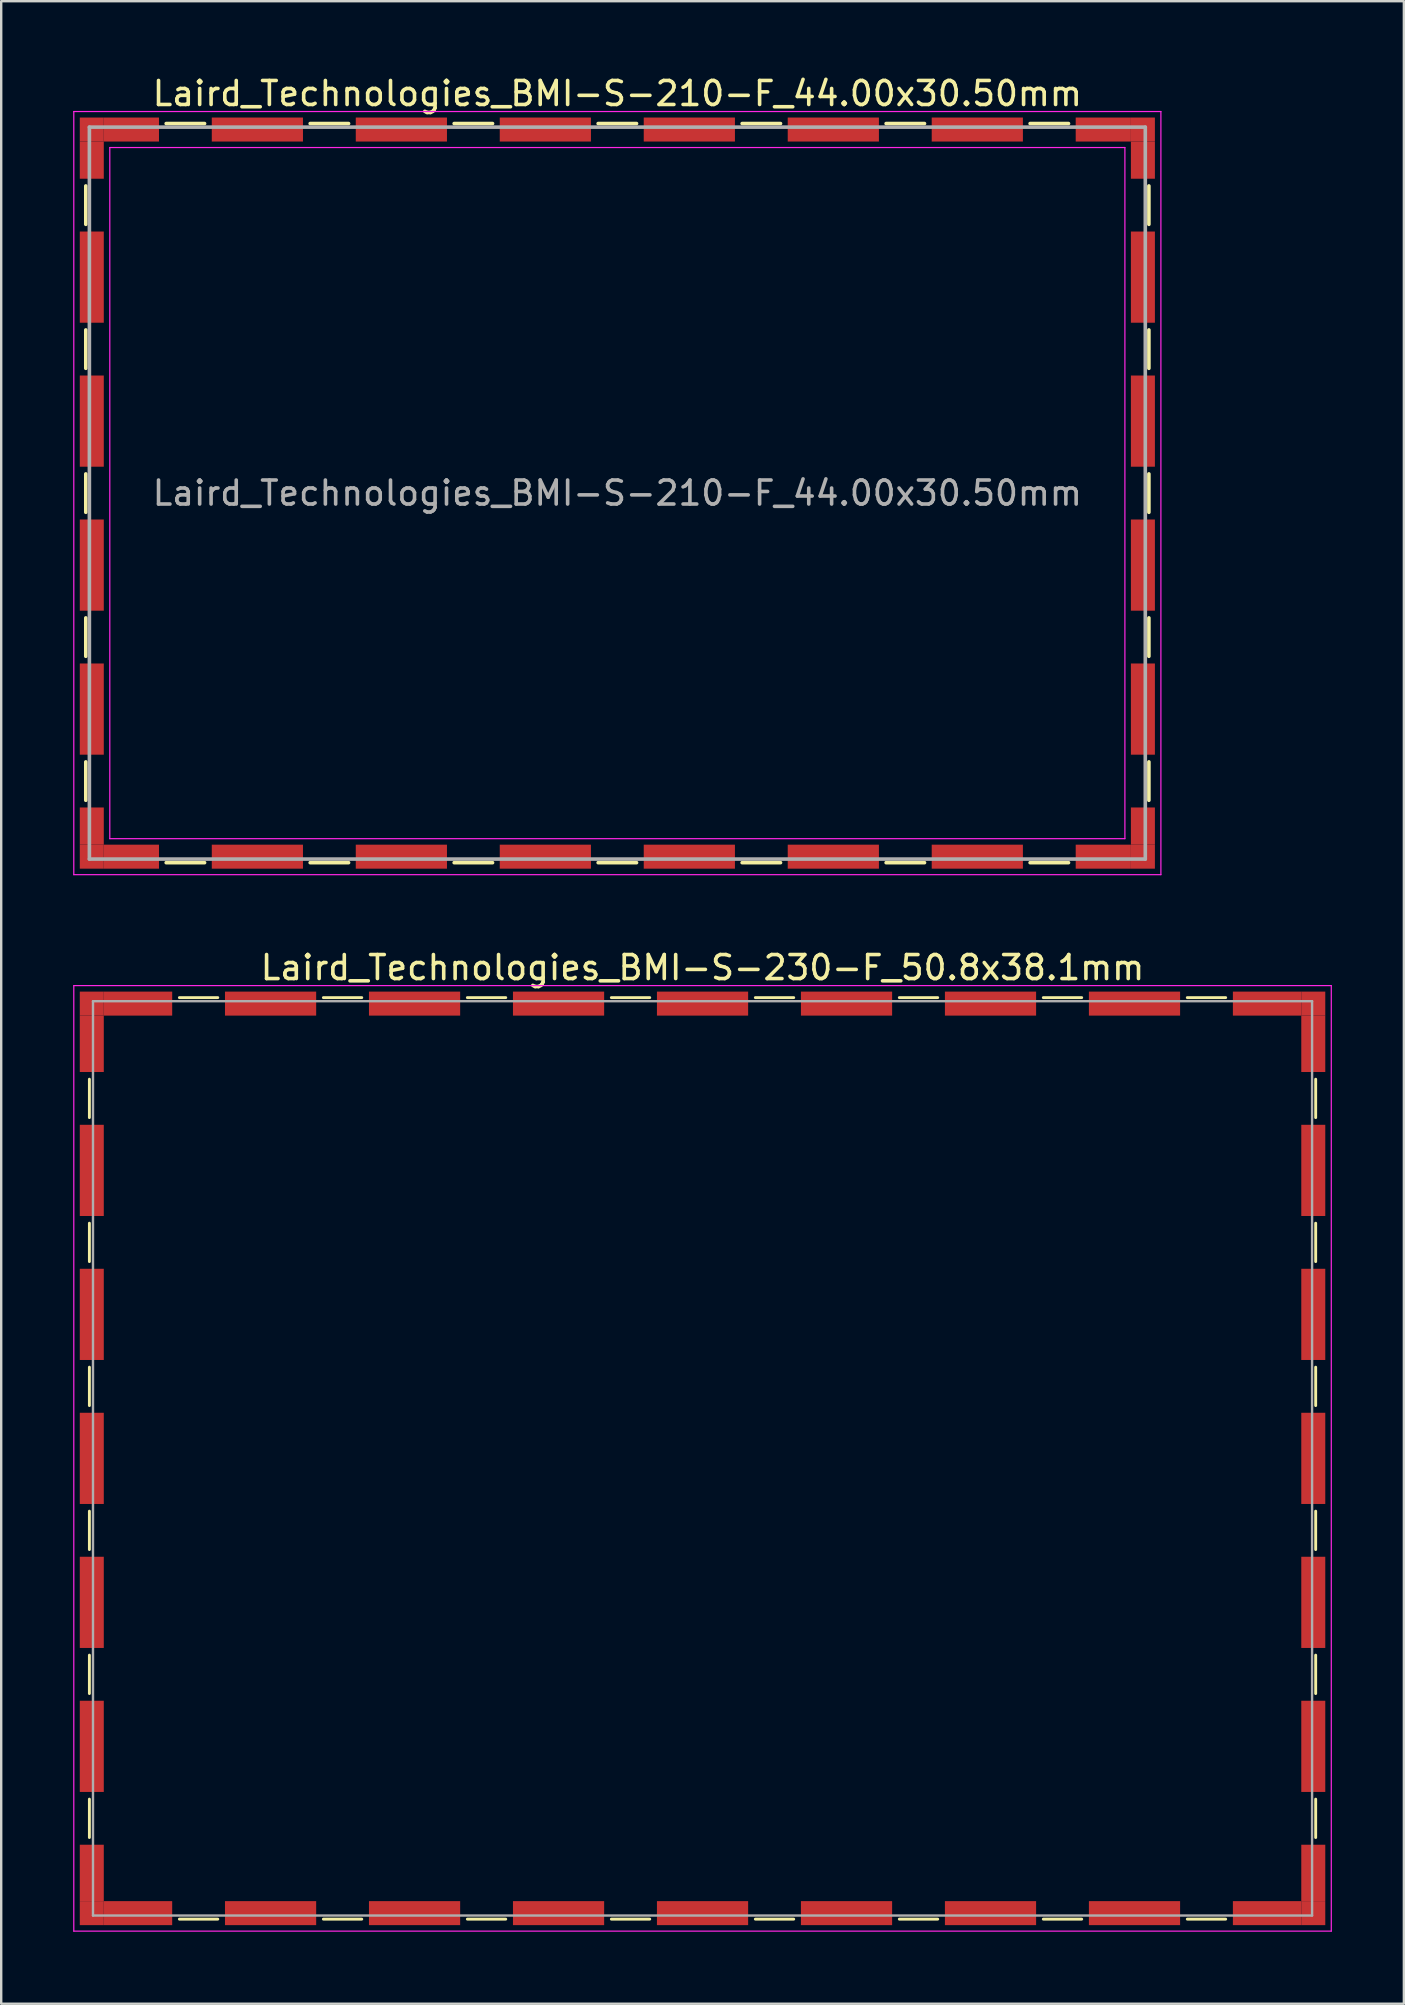
<source format=kicad_pcb>
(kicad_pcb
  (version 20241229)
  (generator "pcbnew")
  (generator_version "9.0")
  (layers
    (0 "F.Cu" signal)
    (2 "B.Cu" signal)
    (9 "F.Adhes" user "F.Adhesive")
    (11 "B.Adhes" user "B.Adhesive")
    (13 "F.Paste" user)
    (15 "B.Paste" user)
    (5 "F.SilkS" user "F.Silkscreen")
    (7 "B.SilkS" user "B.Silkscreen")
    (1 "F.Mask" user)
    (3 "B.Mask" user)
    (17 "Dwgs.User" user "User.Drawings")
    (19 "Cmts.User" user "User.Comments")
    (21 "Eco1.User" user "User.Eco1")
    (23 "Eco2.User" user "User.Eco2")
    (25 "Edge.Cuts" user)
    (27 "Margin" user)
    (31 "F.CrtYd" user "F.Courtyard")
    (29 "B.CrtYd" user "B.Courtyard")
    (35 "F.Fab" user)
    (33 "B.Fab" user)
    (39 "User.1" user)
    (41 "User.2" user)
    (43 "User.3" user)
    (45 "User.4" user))
  (footprint "Laird_Technologies_BMI-S-210-F_44.00x30.50mm"
    (layer "F.Cu")
    (at 22.675 17.498)
    (property "Reference" "Laird_Technologies_BMI-S-210-F_44.00x30.50mm" (at 0 -16.65 0) (layer "F.SilkS") (effects (font (size 1 1) (thickness 0.15))))
    (attr smd)
    (fp_line (start -22.15 -12.8) (end -22.15 -11.2) (stroke (width 0.15) (type solid)) (layer "F.SilkS"))
    (fp_line (start -22.15 -6.8) (end -22.15 -5.2) (stroke (width 0.15) (type solid)) (layer "F.SilkS"))
    (fp_line (start -22.15 -0.8) (end -22.15 0.8) (stroke (width 0.15) (type solid)) (layer "F.SilkS"))
    (fp_line (start -22.15 5.2) (end -22.15 6.8) (stroke (width 0.15) (type solid)) (layer "F.SilkS"))
    (fp_line (start -22.15 11.2) (end -22.15 12.8) (stroke (width 0.15) (type solid)) (layer "F.SilkS"))
    (fp_line (start -18.8 -15.4) (end -17.2 -15.4) (stroke (width 0.15) (type solid)) (layer "F.SilkS"))
    (fp_line (start -18.8 15.4) (end -17.2 15.4) (stroke (width 0.15) (type solid)) (layer "F.SilkS"))
    (fp_line (start -12.8 -15.4) (end -11.2 -15.4) (stroke (width 0.15) (type solid)) (layer "F.SilkS"))
    (fp_line (start -12.8 15.4) (end -11.2 15.4) (stroke (width 0.15) (type solid)) (layer "F.SilkS"))
    (fp_line (start -6.8 -15.4) (end -5.2 -15.4) (stroke (width 0.15) (type solid)) (layer "F.SilkS"))
    (fp_line (start -6.8 15.4) (end -5.2 15.4) (stroke (width 0.15) (type solid)) (layer "F.SilkS"))
    (fp_line (start -0.8 -15.4) (end 0.8 -15.4) (stroke (width 0.15) (type solid)) (layer "F.SilkS"))
    (fp_line (start -0.8 15.4) (end 0.8 15.4) (stroke (width 0.15) (type solid)) (layer "F.SilkS"))
    (fp_line (start 5.2 -15.4) (end 6.8 -15.4) (stroke (width 0.15) (type solid)) (layer "F.SilkS"))
    (fp_line (start 5.2 15.4) (end 6.8 15.4) (stroke (width 0.15) (type solid)) (layer "F.SilkS"))
    (fp_line (start 11.2 -15.4) (end 12.8 -15.4) (stroke (width 0.15) (type solid)) (layer "F.SilkS"))
    (fp_line (start 11.2 15.4) (end 12.8 15.4) (stroke (width 0.15) (type solid)) (layer "F.SilkS"))
    (fp_line (start 17.2 -15.4) (end 18.8 -15.4) (stroke (width 0.15) (type solid)) (layer "F.SilkS"))
    (fp_line (start 17.2 15.4) (end 18.8 15.4) (stroke (width 0.15) (type solid)) (layer "F.SilkS"))
    (fp_line (start 22.15 -12.8) (end 22.15 -11.2) (stroke (width 0.15) (type solid)) (layer "F.SilkS"))
    (fp_line (start 22.15 -6.8) (end 22.15 -5.2) (stroke (width 0.15) (type solid)) (layer "F.SilkS"))
    (fp_line (start 22.15 -0.8) (end 22.15 0.8) (stroke (width 0.15) (type solid)) (layer "F.SilkS"))
    (fp_line (start 22.15 5.2) (end 22.15 6.8) (stroke (width 0.15) (type solid)) (layer "F.SilkS"))
    (fp_line (start 22.15 11.2) (end 22.15 12.8) (stroke (width 0.15) (type solid)) (layer "F.SilkS"))
    (fp_line (start -22.65 -15.9) (end -22.65 15.9) (stroke (width 0.05) (type solid)) (layer "F.CrtYd"))
    (fp_line (start -22.65 15.9) (end 22.65 15.9) (stroke (width 0.05) (type solid)) (layer "F.CrtYd"))
    (fp_line (start -21.15 -14.4) (end -21.15 14.4) (stroke (width 0.05) (type solid)) (layer "F.CrtYd"))
    (fp_line (start 21.15 -14.4) (end -21.15 -14.4) (stroke (width 0.05) (type solid)) (layer "F.CrtYd"))
    (fp_line (start 21.15 -14.4) (end 21.15 14.4) (stroke (width 0.05) (type solid)) (layer "F.CrtYd"))
    (fp_line (start 21.15 14.4) (end -21.15 14.4) (stroke (width 0.05) (type solid)) (layer "F.CrtYd"))
    (fp_line (start 22.65 -15.9) (end -22.65 -15.9) (stroke (width 0.05) (type solid)) (layer "F.CrtYd"))
    (fp_line (start 22.65 15.9) (end 22.65 -15.9) (stroke (width 0.05) (type solid)) (layer "F.CrtYd"))
    (fp_line (start -22 -15.25) (end -22 15.25) (stroke (width 0.15) (type solid)) (layer "F.Fab"))
    (fp_line (start -22 15.25) (end 22 15.25) (stroke (width 0.15) (type solid)) (layer "F.Fab"))
    (fp_line (start 22 -15.25) (end -22 -15.25) (stroke (width 0.15) (type solid)) (layer "F.Fab"))
    (fp_line (start 22 15.25) (end 22 -15.25) (stroke (width 0.15) (type solid)) (layer "F.Fab"))
    (fp_text user "${REFERENCE}" (at 0 0 0) (layer "F.Fab") (effects (font (size 1 1) (thickness 0.15))))
    (pad "1" smd rect (at -21.9 -15.15) (size 1 1) (layers "F.Cu" "F.Mask"))
    (pad "1" smd rect (at -21.9 -13.875) (size 1 1.55) (layers "F.Cu" "F.Mask"))
    (pad "1" smd rect (at -21.9 -9) (size 1 3.8) (layers "F.Cu" "F.Mask"))
    (pad "1" smd rect (at -21.9 -3) (size 1 3.8) (layers "F.Cu" "F.Mask"))
    (pad "1" smd rect (at -21.9 3) (size 1 3.8) (layers "F.Cu" "F.Mask"))
    (pad "1" smd rect (at -21.9 9) (size 1 3.8) (layers "F.Cu" "F.Mask"))
    (pad "1" smd rect (at -21.9 13.875) (size 1 1.55) (layers "F.Cu" "F.Mask"))
    (pad "1" smd rect (at -21.9 15.15) (size 1 1) (layers "F.Cu" "F.Mask"))
    (pad "1" smd rect (at -20.25 -15.15) (size 2.3 1) (layers "F.Cu" "F.Mask"))
    (pad "1" smd rect (at -20.25 15.15) (size 2.3 1) (layers "F.Cu" "F.Mask"))
    (pad "1" smd rect (at -15 -15.15) (size 3.8 1) (layers "F.Cu" "F.Mask"))
    (pad "1" smd rect (at -15 15.15) (size 3.8 1) (layers "F.Cu" "F.Mask"))
    (pad "1" smd rect (at -9 -15.15) (size 3.8 1) (layers "F.Cu" "F.Mask"))
    (pad "1" smd rect (at -9 15.15) (size 3.8 1) (layers "F.Cu" "F.Mask"))
    (pad "1" smd rect (at -3 -15.15) (size 3.8 1) (layers "F.Cu" "F.Mask"))
    (pad "1" smd rect (at -3 15.15) (size 3.8 1) (layers "F.Cu" "F.Mask"))
    (pad "1" smd rect (at 3 -15.15) (size 3.8 1) (layers "F.Cu" "F.Mask"))
    (pad "1" smd rect (at 3 15.15) (size 3.8 1) (layers "F.Cu" "F.Mask"))
    (pad "1" smd rect (at 9 -15.15) (size 3.8 1) (layers "F.Cu" "F.Mask"))
    (pad "1" smd rect (at 9 15.15) (size 3.8 1) (layers "F.Cu" "F.Mask"))
    (pad "1" smd rect (at 15 -15.15) (size 3.8 1) (layers "F.Cu" "F.Mask"))
    (pad "1" smd rect (at 15 15.15) (size 3.8 1) (layers "F.Cu" "F.Mask"))
    (pad "1" smd rect (at 20.25 -15.15) (size 2.3 1) (layers "F.Cu" "F.Mask"))
    (pad "1" smd rect (at 20.25 15.15) (size 2.3 1) (layers "F.Cu" "F.Mask"))
    (pad "1" smd rect (at 21.9 -15.15) (size 1 1) (layers "F.Cu" "F.Mask"))
    (pad "1" smd rect (at 21.9 -13.875) (size 1 1.55) (layers "F.Cu" "F.Mask"))
    (pad "1" smd rect (at 21.9 -9) (size 1 3.8) (layers "F.Cu" "F.Mask"))
    (pad "1" smd rect (at 21.9 -3) (size 1 3.8) (layers "F.Cu" "F.Mask"))
    (pad "1" smd rect (at 21.9 3) (size 1 3.8) (layers "F.Cu" "F.Mask"))
    (pad "1" smd rect (at 21.9 9) (size 1 3.8) (layers "F.Cu" "F.Mask"))
    (pad "1" smd rect (at 21.9 13.875) (size 1 1.55) (layers "F.Cu" "F.Mask"))
    (pad "1" smd rect (at 21.9 15.15) (size 1 1) (layers "F.Cu" "F.Mask")))
  (footprint "Laird_Technologies_BMI-S-230-F_50.8x38.1mm"
    (layer "F.Cu")
    (at 26.225 57.721)
    (property "Reference" "Laird_Technologies_BMI-S-230-F_50.8x38.1mm" (at 0 -20.45 0) (layer "F.SilkS") (effects (font (size 1 1) (thickness 0.15))))
    (attr smd)
    (fp_line (start -25.55 -15.8) (end -25.55 -14.2) (stroke (width 0.12) (type solid)) (layer "F.SilkS"))
    (fp_line (start -25.55 -9.8) (end -25.55 -8.2) (stroke (width 0.12) (type solid)) (layer "F.SilkS"))
    (fp_line (start -25.55 -3.8) (end -25.55 -2.2) (stroke (width 0.12) (type solid)) (layer "F.SilkS"))
    (fp_line (start -25.55 2.2) (end -25.55 3.8) (stroke (width 0.12) (type solid)) (layer "F.SilkS"))
    (fp_line (start -25.55 8.2) (end -25.55 9.8) (stroke (width 0.12) (type solid)) (layer "F.SilkS"))
    (fp_line (start -25.55 14.2) (end -25.55 15.8) (stroke (width 0.12) (type solid)) (layer "F.SilkS"))
    (fp_line (start -21.8 -19.2) (end -20.2 -19.2) (stroke (width 0.12) (type solid)) (layer "F.SilkS"))
    (fp_line (start -21.8 19.2) (end -20.2 19.2) (stroke (width 0.12) (type solid)) (layer "F.SilkS"))
    (fp_line (start -15.8 -19.2) (end -14.2 -19.2) (stroke (width 0.12) (type solid)) (layer "F.SilkS"))
    (fp_line (start -15.8 19.2) (end -14.2 19.2) (stroke (width 0.12) (type solid)) (layer "F.SilkS"))
    (fp_line (start -9.8 -19.2) (end -8.2 -19.2) (stroke (width 0.12) (type solid)) (layer "F.SilkS"))
    (fp_line (start -9.8 19.2) (end -8.2 19.2) (stroke (width 0.12) (type solid)) (layer "F.SilkS"))
    (fp_line (start -3.8 -19.2) (end -2.2 -19.2) (stroke (width 0.12) (type solid)) (layer "F.SilkS"))
    (fp_line (start -3.8 19.2) (end -2.2 19.2) (stroke (width 0.12) (type solid)) (layer "F.SilkS"))
    (fp_line (start 2.2 -19.2) (end 3.8 -19.2) (stroke (width 0.12) (type solid)) (layer "F.SilkS"))
    (fp_line (start 2.2 19.2) (end 3.8 19.2) (stroke (width 0.12) (type solid)) (layer "F.SilkS"))
    (fp_line (start 8.2 -19.2) (end 9.8 -19.2) (stroke (width 0.12) (type solid)) (layer "F.SilkS"))
    (fp_line (start 8.2 19.2) (end 9.8 19.2) (stroke (width 0.12) (type solid)) (layer "F.SilkS"))
    (fp_line (start 14.2 -19.2) (end 15.8 -19.2) (stroke (width 0.12) (type solid)) (layer "F.SilkS"))
    (fp_line (start 14.2 19.2) (end 15.8 19.2) (stroke (width 0.12) (type solid)) (layer "F.SilkS"))
    (fp_line (start 20.2 -19.2) (end 21.8 -19.2) (stroke (width 0.12) (type solid)) (layer "F.SilkS"))
    (fp_line (start 20.2 19.2) (end 21.8 19.2) (stroke (width 0.12) (type solid)) (layer "F.SilkS"))
    (fp_line (start 25.55 -15.8) (end 25.55 -14.2) (stroke (width 0.12) (type solid)) (layer "F.SilkS"))
    (fp_line (start 25.55 -9.8) (end 25.55 -8.2) (stroke (width 0.12) (type solid)) (layer "F.SilkS"))
    (fp_line (start 25.55 -3.8) (end 25.55 -2.2) (stroke (width 0.12) (type solid)) (layer "F.SilkS"))
    (fp_line (start 25.55 2.2) (end 25.55 3.8) (stroke (width 0.12) (type solid)) (layer "F.SilkS"))
    (fp_line (start 25.55 8.2) (end 25.55 9.8) (stroke (width 0.12) (type solid)) (layer "F.SilkS"))
    (fp_line (start 25.55 14.2) (end 25.55 15.8) (stroke (width 0.12) (type solid)) (layer "F.SilkS"))
    (fp_line (start -26.2 -19.7) (end -26.2 19.7) (stroke (width 0.05) (type solid)) (layer "F.CrtYd"))
    (fp_line (start -26.2 19.7) (end 26.2 19.7) (stroke (width 0.05) (type solid)) (layer "F.CrtYd"))
    (fp_line (start 26.2 -19.7) (end -26.2 -19.7) (stroke (width 0.05) (type solid)) (layer "F.CrtYd"))
    (fp_line (start 26.2 19.7) (end 26.2 -19.7) (stroke (width 0.05) (type solid)) (layer "F.CrtYd"))
    (fp_line (start -25.4 -19.05) (end -25.4 19.05) (stroke (width 0.1) (type solid)) (layer "F.Fab"))
    (fp_line (start -25.4 19.05) (end 25.4 19.05) (stroke (width 0.1) (type solid)) (layer "F.Fab"))
    (fp_line (start 25.4 -19.05) (end -25.4 -19.05) (stroke (width 0.1) (type solid)) (layer "F.Fab"))
    (fp_line (start 25.4 19.05) (end 25.4 -19.05) (stroke (width 0.1) (type solid)) (layer "F.Fab"))
    (pad "1" smd rect (at -25.45 -18.95) (size 1 1) (layers "F.Cu" "F.Mask" "F.Paste"))
    (pad "1" smd rect (at -25.45 -17.275) (size 1 2.35) (layers "F.Cu" "F.Mask" "F.Paste"))
    (pad "1" smd rect (at -25.45 -12) (size 1 3.8) (layers "F.Cu" "F.Mask" "F.Paste"))
    (pad "1" smd rect (at -25.45 -6) (size 1 3.8) (layers "F.Cu" "F.Mask" "F.Paste"))
    (pad "1" smd rect (at -25.45 0) (size 1 3.8) (layers "F.Cu" "F.Mask" "F.Paste"))
    (pad "1" smd rect (at -25.45 6) (size 1 3.8) (layers "F.Cu" "F.Mask" "F.Paste"))
    (pad "1" smd rect (at -25.45 12) (size 1 3.8) (layers "F.Cu" "F.Mask" "F.Paste"))
    (pad "1" smd rect (at -25.45 17.275) (size 1 2.35) (layers "F.Cu" "F.Mask" "F.Paste"))
    (pad "1" smd rect (at -25.45 18.95) (size 1 1) (layers "F.Cu" "F.Mask" "F.Paste"))
    (pad "1" smd rect (at -23.525 -18.95) (size 2.85 1) (layers "F.Cu" "F.Mask" "F.Paste"))
    (pad "1" smd rect (at -23.525 18.95) (size 2.85 1) (layers "F.Cu" "F.Mask" "F.Paste"))
    (pad "1" smd rect (at -18 -18.95) (size 3.8 1) (layers "F.Cu" "F.Mask" "F.Paste"))
    (pad "1" smd rect (at -18 18.95) (size 3.8 1) (layers "F.Cu" "F.Mask" "F.Paste"))
    (pad "1" smd rect (at -12 -18.95) (size 3.8 1) (layers "F.Cu" "F.Mask" "F.Paste"))
    (pad "1" smd rect (at -12 18.95) (size 3.8 1) (layers "F.Cu" "F.Mask" "F.Paste"))
    (pad "1" smd rect (at -6 -18.95) (size 3.8 1) (layers "F.Cu" "F.Mask" "F.Paste"))
    (pad "1" smd rect (at -6 18.95) (size 3.8 1) (layers "F.Cu" "F.Mask" "F.Paste"))
    (pad "1" smd rect (at 0 -18.95) (size 3.8 1) (layers "F.Cu" "F.Mask" "F.Paste"))
    (pad "1" smd rect (at 0 18.95) (size 3.8 1) (layers "F.Cu" "F.Mask" "F.Paste"))
    (pad "1" smd rect (at 6 -18.95) (size 3.8 1) (layers "F.Cu" "F.Mask" "F.Paste"))
    (pad "1" smd rect (at 6 18.95) (size 3.8 1) (layers "F.Cu" "F.Mask" "F.Paste"))
    (pad "1" smd rect (at 12 -18.95) (size 3.8 1) (layers "F.Cu" "F.Mask" "F.Paste"))
    (pad "1" smd rect (at 12 18.95) (size 3.8 1) (layers "F.Cu" "F.Mask" "F.Paste"))
    (pad "1" smd rect (at 18 -18.95) (size 3.8 1) (layers "F.Cu" "F.Mask" "F.Paste"))
    (pad "1" smd rect (at 18 18.95) (size 3.8 1) (layers "F.Cu" "F.Mask" "F.Paste"))
    (pad "1" smd rect (at 23.525 -18.95) (size 2.85 1) (layers "F.Cu" "F.Mask" "F.Paste"))
    (pad "1" smd rect (at 23.525 18.95) (size 2.85 1) (layers "F.Cu" "F.Mask" "F.Paste"))
    (pad "1" smd rect (at 25.45 -18.95) (size 1 1) (layers "F.Cu" "F.Mask" "F.Paste"))
    (pad "1" smd rect (at 25.45 -17.275) (size 1 2.35) (layers "F.Cu" "F.Mask" "F.Paste"))
    (pad "1" smd rect (at 25.45 -12) (size 1 3.8) (layers "F.Cu" "F.Mask" "F.Paste"))
    (pad "1" smd rect (at 25.45 -6) (size 1 3.8) (layers "F.Cu" "F.Mask" "F.Paste"))
    (pad "1" smd rect (at 25.45 0) (size 1 3.8) (layers "F.Cu" "F.Mask" "F.Paste"))
    (pad "1" smd rect (at 25.45 6) (size 1 3.8) (layers "F.Cu" "F.Mask" "F.Paste"))
    (pad "1" smd rect (at 25.45 12) (size 1 3.8) (layers "F.Cu" "F.Mask" "F.Paste"))
    (pad "1" smd rect (at 25.45 17.275) (size 1 2.35) (layers "F.Cu" "F.Mask" "F.Paste"))
    (pad "1" smd rect (at 25.45 18.95) (size 1 1) (layers "F.Cu" "F.Mask" "F.Paste")))
  (gr_rect
    (start -3 -3)
    (end 55.45 80.447)
    (stroke (width 0.1) (type default))
    (fill no)
    (layer "Edge.Cuts")))
</source>
